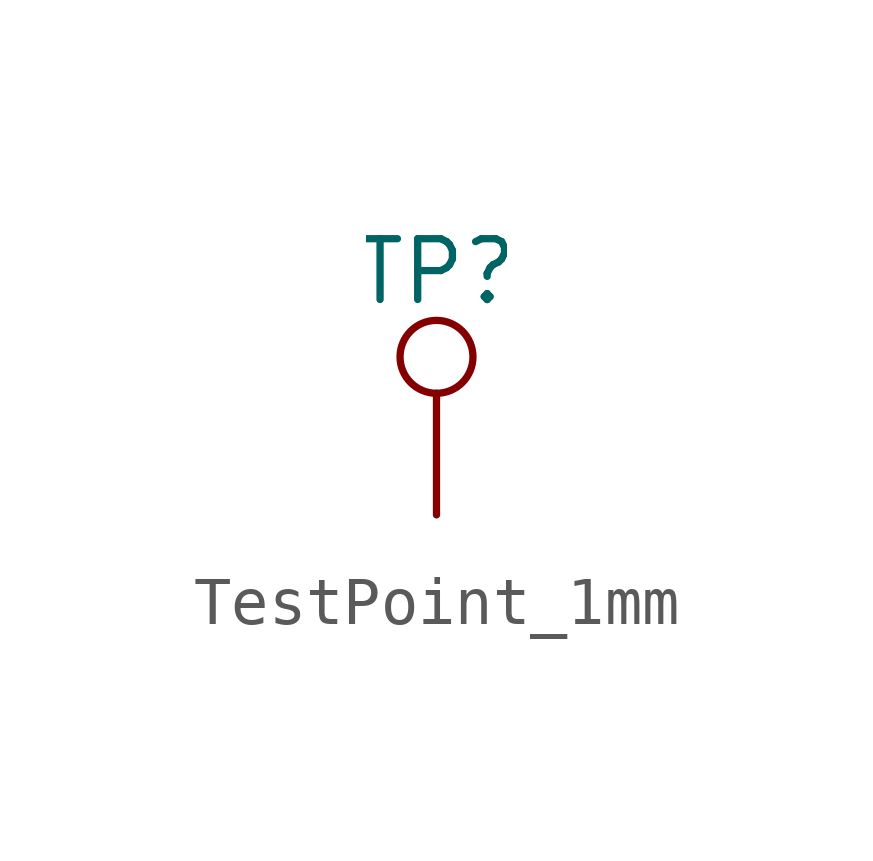
<source format=kicad_sym>
(kicad_symbol_lib
  (version 20231120)
  (generator "kicad_symbol_editor")
  (generator_version "8.0")
  (symbol "TestPoint_1mm"
    (pin_numbers hide)
    (pin_names hide)
    (property "Reference" "TP"
      (at 0 5.08 0)
      (effects (font (size 1.27 1.27))))
    (property "Value" ""
      (at 0 0 0)
      (effects (font (size 1.27 1.27))))
    (symbol "TestPoint_1mm_0_1"
      (circle (center 0 3.302) (radius 0.762) (stroke (width 0) (type default)) (fill (type none))))
    (symbol "TestPoint_1mm_1_1"
      (pin passive line (at 0 0 90) (length 2.54) (name "1" (effects (font (size 1.27 1.27)))) (number "1" (effects (font (size 1.27 1.27))))))))
</source>
